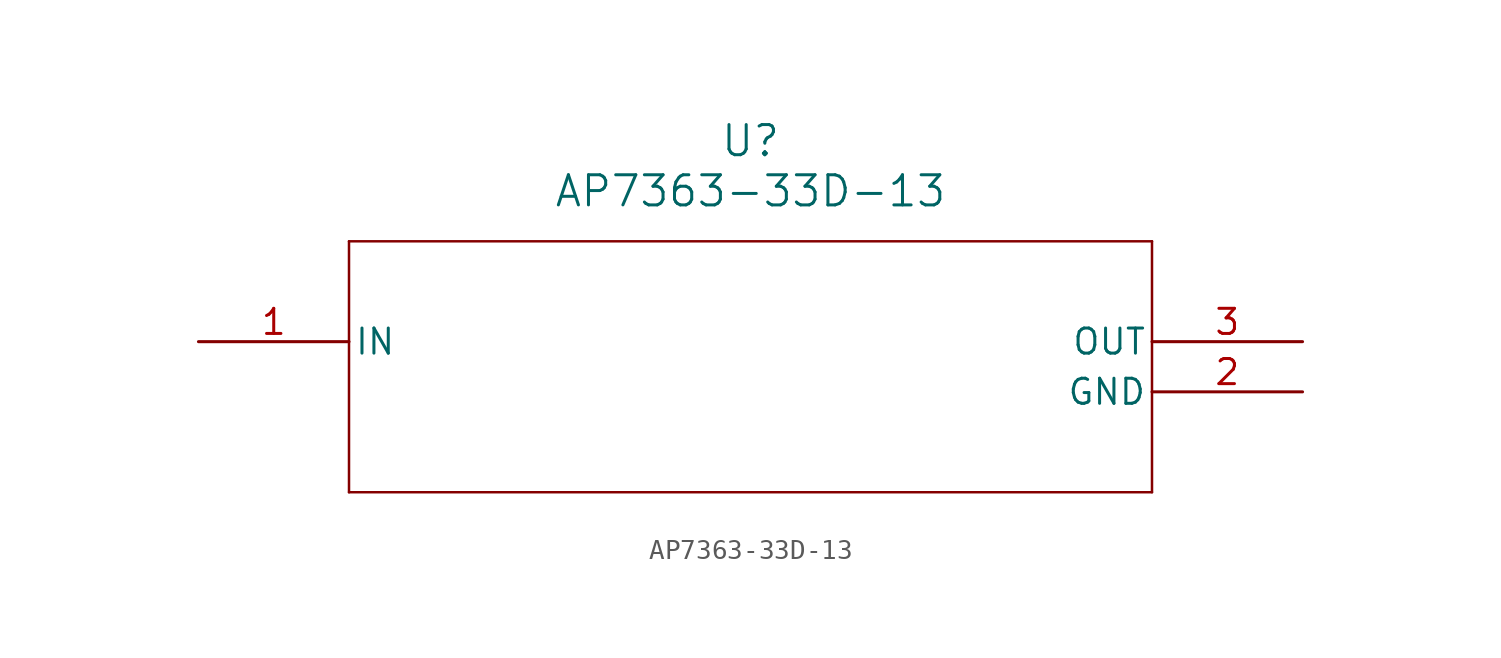
<source format=kicad_sym>
(kicad_symbol_lib
  (version 20231120)
  (generator "kicad_symbol_editor")
  (generator_version "8.0")
  (symbol "AP7363-33D-13"
    (pin_names
      (offset 0.254))
    (property "Reference" "U"
      (at 27.94 10.16 0)
      (effects (font (size 1.524 1.524))))
    (property "Value" "AP7363-33D-13"
      (at 27.94 7.62 0)
      (effects (font (size 1.524 1.524))))
    (property "ki_locked" ""
      (at 0 0 0)
      (effects (font (size 1.27 1.27))))
    (symbol "AP7363-33D-13_0_1"
      (polyline (pts (xy 7.62 -7.62) (xy 48.26 -7.62)) (stroke (width 0.127) (type default)) (fill (type none)))
      (polyline (pts (xy 7.62 5.08) (xy 7.62 -7.62)) (stroke (width 0.127) (type default)) (fill (type none)))
      (polyline (pts (xy 48.26 -7.62) (xy 48.26 5.08)) (stroke (width 0.127) (type default)) (fill (type none)))
      (polyline (pts (xy 48.26 5.08) (xy 7.62 5.08)) (stroke (width 0.127) (type default)) (fill (type none)))
      (pin input line (at 0 0 0) (length 7.62) (name "IN" (effects (font (size 1.27 1.27)))) (number "1" (effects (font (size 1.27 1.27)))))
      (pin power_in line (at 55.88 -2.54 180) (length 7.62) (name "GND" (effects (font (size 1.27 1.27)))) (number "2" (effects (font (size 1.27 1.27)))))
      (pin output line (at 55.88 0 180) (length 7.62) (name "OUT" (effects (font (size 1.27 1.27)))) (number "3" (effects (font (size 1.27 1.27))))))))
</source>
